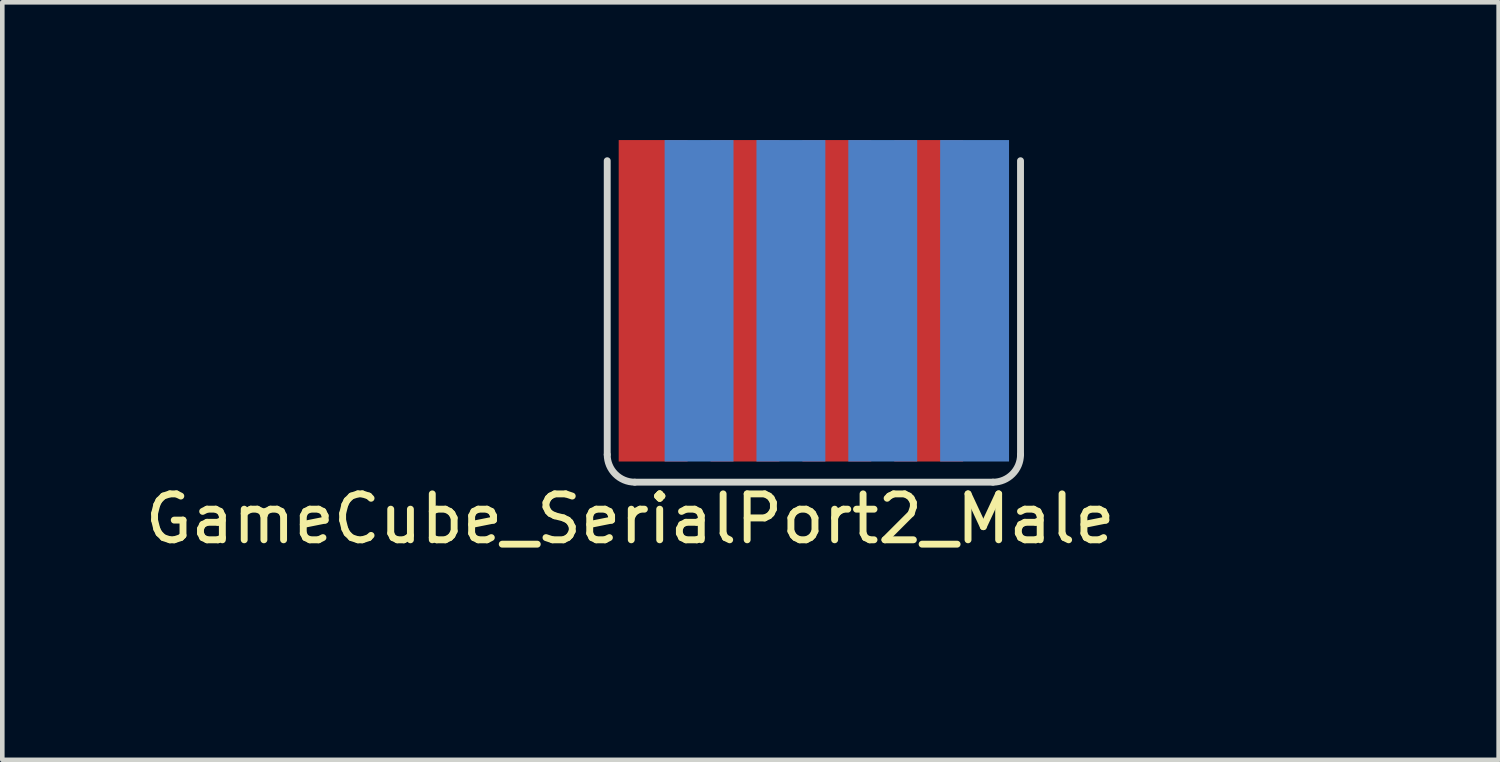
<source format=kicad_pcb>
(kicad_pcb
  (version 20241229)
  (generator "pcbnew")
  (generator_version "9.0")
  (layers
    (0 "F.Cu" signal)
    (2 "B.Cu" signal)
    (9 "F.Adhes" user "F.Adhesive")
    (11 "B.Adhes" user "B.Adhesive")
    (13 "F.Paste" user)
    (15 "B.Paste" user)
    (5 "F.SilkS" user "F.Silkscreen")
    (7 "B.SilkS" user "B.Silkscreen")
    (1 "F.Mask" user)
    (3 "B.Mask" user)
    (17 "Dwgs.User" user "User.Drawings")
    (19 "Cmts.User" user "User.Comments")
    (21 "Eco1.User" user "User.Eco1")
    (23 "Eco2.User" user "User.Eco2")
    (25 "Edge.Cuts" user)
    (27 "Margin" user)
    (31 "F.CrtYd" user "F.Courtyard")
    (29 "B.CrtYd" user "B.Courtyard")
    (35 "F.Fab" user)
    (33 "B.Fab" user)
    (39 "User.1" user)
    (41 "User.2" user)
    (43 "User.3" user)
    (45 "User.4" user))
  (footprint "GameCube_SerialPort2_Male"
    (layer "F.Cu")
    (at 11.173 3.5)
    (property "Reference" "GameCube_SerialPort2_Male" (at -0.5 4.75 0) (layer "F.SilkS") (effects (font (size 1 1) (thickness 0.15))))
    (attr through_hole)
    (fp_line (start -1 -3.05) (end -1 3.35) (stroke (width 0.15) (type solid)) (layer "Edge.Cuts"))
    (fp_line (start -0.4 3.95) (end 7.4 3.95) (stroke (width 0.15) (type solid)) (layer "Edge.Cuts"))
    (fp_line (start 8 -3.05) (end 8 3.35) (stroke (width 0.15) (type solid)) (layer "Edge.Cuts"))
    (fp_arc (start -0.4 3.95) (mid -0.824264 3.774264) (end -1 3.35) (stroke (width 0.15) (type solid)) (layer "Edge.Cuts"))
    (fp_arc (start 8 3.35) (mid 7.824264 3.774264) (end 7.4 3.95) (stroke (width 0.15) (type solid)) (layer "Edge.Cuts"))
    (fp_text user "PCB Thickness 1.2mm" (at -1.6 6.75 0) (unlocked yes) (layer "Eco1.User") (effects (font (size 1 1) (thickness 0.15)) (justify left bottom)))
    (pad "1" smd rect (at 7 0) (size 1.5 7) (layers "B.Cu" "B.Mask"))
    (pad "2" smd rect (at 6 0) (size 1.5 7) (layers "F.Cu" "F.Mask"))
    (pad "3" smd rect (at 5 0) (size 1.5 7) (layers "B.Cu" "B.Mask"))
    (pad "4" smd rect (at 4 0) (size 1.5 7) (layers "F.Cu" "F.Mask"))
    (pad "5" smd rect (at 3 0) (size 1.5 7) (layers "B.Cu" "B.Mask"))
    (pad "6" smd rect (at 2 0) (size 1.5 7) (layers "F.Cu" "F.Mask"))
    (pad "7" smd rect (at 1 0) (size 1.5 7) (layers "B.Cu" "B.Mask"))
    (pad "8" smd rect (at 0 0) (size 1.5 7) (layers "F.Cu" "F.Mask")))
  (gr_rect
    (start -3 -3)
    (end 29.585 13.496)
    (stroke (width 0.1) (type default))
    (fill no)
    (layer "Edge.Cuts")))
</source>
